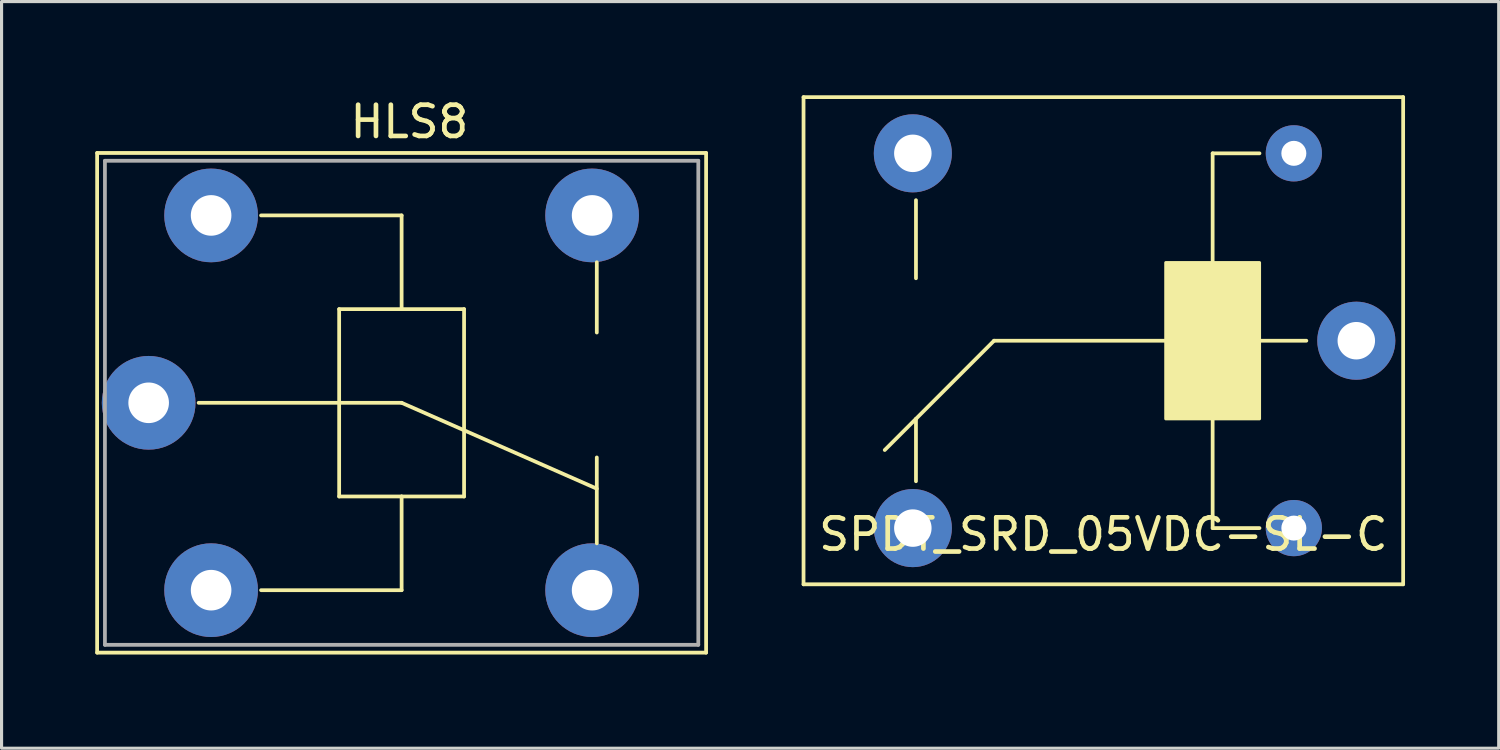
<source format=kicad_pcb>
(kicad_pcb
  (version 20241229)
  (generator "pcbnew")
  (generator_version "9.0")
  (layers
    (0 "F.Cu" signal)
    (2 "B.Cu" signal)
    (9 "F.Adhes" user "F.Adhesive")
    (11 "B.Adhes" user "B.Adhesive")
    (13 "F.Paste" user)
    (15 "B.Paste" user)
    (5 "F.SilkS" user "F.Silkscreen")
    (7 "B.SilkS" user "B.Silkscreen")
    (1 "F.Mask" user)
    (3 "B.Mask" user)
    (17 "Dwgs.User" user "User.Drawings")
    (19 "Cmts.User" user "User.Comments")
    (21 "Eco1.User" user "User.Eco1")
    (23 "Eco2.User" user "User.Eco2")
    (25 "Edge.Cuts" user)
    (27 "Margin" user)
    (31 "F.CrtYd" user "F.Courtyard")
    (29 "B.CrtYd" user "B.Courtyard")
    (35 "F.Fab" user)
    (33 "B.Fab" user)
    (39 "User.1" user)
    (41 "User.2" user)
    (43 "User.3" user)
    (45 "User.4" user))
  (footprint "SPDT_SRD_05VDC-SL-C"
    (layer "F.Cu")
    (at 32.28 7.86)
    (property "Reference" "SPDT_SRD_05VDC-SL-C" (at 0 6.2 0) (layer "F.SilkS") (effects (font (size 1 1) (thickness 0.15))))
    (attr through_hole)
    (fp_line (start -9.6 -7.8) (end -9.6 7.8) (stroke (width 0.12) (type solid)) (layer "F.SilkS"))
    (fp_line (start -9.6 7.8) (end 9.6 7.8) (stroke (width 0.12) (type solid)) (layer "F.SilkS"))
    (fp_line (start -6 -4.5) (end -6 -2) (stroke (width 0.12) (type solid)) (layer "F.SilkS"))
    (fp_line (start -6 4.5) (end -6 2.5) (stroke (width 0.12) (type solid)) (layer "F.SilkS"))
    (fp_line (start -3.5 0) (end -7 3.5) (stroke (width 0.12) (type solid)) (layer "F.SilkS"))
    (fp_line (start 3.5 -6) (end 5 -6) (stroke (width 0.12) (type solid)) (layer "F.SilkS"))
    (fp_line (start 3.5 -2.5) (end 3.5 -6) (stroke (width 0.12) (type solid)) (layer "F.SilkS"))
    (fp_line (start 3.5 2.5) (end 3.5 6) (stroke (width 0.12) (type solid)) (layer "F.SilkS"))
    (fp_line (start 3.5 6) (end 5 6) (stroke (width 0.12) (type solid)) (layer "F.SilkS"))
    (fp_line (start 6.5 0) (end -3.5 0) (stroke (width 0.12) (type solid)) (layer "F.SilkS"))
    (fp_line (start 9.6 -7.8) (end -9.6 -7.8) (stroke (width 0.12) (type solid)) (layer "F.SilkS"))
    (fp_line (start 9.6 7.8) (end 9.6 -7.8) (stroke (width 0.12) (type solid)) (layer "F.SilkS"))
    (fp_poly (pts (xy 5 2.5) (xy 2 2.5) (xy 2 -2.5) (xy 5 -2.5)) (stroke (width 0.1) (type solid)) (fill yes) (layer "F.SilkS"))
    (pad "1" thru_hole circle (at 8.1 0) (size 2.5 2.5) (drill 1.2) (layers "*.Cu" "*.Mask"))
    (pad "2" thru_hole circle (at 6.1 -6) (size 1.8 1.8) (drill 0.8) (layers "*.Cu" "*.Mask"))
    (pad "3" thru_hole circle (at -6.1 -6) (size 2.5 2.5) (drill 1.2) (layers "*.Cu" "*.Mask"))
    (pad "4" thru_hole circle (at -6.1 6) (size 2.5 2.5) (drill 1.2) (layers "*.Cu" "*.Mask"))
    (pad "5" thru_hole circle (at 6.1 6) (size 1.8 1.8) (drill 0.8) (layers "*.Cu" "*.Mask")))
  (footprint "HLS8"
    (layer "F.Cu")
    (at 9.81 9.848)
    (property "Reference" "HLS8" (at 0.25 -9 0) (layer "F.SilkS") (effects (font (size 1 1) (thickness 0.15))))
    (attr through_hole)
    (fp_line (start -9.75 -8) (end -9.75 8) (stroke (width 0.12) (type solid)) (layer "F.SilkS"))
    (fp_line (start -9.75 -8) (end 9.75 -8) (stroke (width 0.12) (type solid)) (layer "F.SilkS"))
    (fp_line (start -9.75 8) (end 9.75 8) (stroke (width 0.12) (type solid)) (layer "F.SilkS"))
    (fp_line (start -6.5 0) (end 0 0) (stroke (width 0.12) (type solid)) (layer "F.SilkS"))
    (fp_line (start -4.5 -6) (end 0 -6) (stroke (width 0.12) (type solid)) (layer "F.SilkS"))
    (fp_line (start -4.5 6) (end 0 6) (stroke (width 0.12) (type solid)) (layer "F.SilkS"))
    (fp_line (start -2 -3) (end -2 3) (stroke (width 0.12) (type solid)) (layer "F.SilkS"))
    (fp_line (start 0 -6) (end 0 -3) (stroke (width 0.12) (type solid)) (layer "F.SilkS"))
    (fp_line (start 0 -3) (end -2 -3) (stroke (width 0.12) (type solid)) (layer "F.SilkS"))
    (fp_line (start 0 0) (end 6.25 2.75) (stroke (width 0.12) (type solid)) (layer "F.SilkS"))
    (fp_line (start 0 3) (end -2 3) (stroke (width 0.12) (type solid)) (layer "F.SilkS"))
    (fp_line (start 0 3) (end 0 6) (stroke (width 0.12) (type solid)) (layer "F.SilkS"))
    (fp_line (start 2 -3) (end 0 -3) (stroke (width 0.12) (type solid)) (layer "F.SilkS"))
    (fp_line (start 2 -3) (end 2 3) (stroke (width 0.12) (type solid)) (layer "F.SilkS"))
    (fp_line (start 2 3) (end 0 3) (stroke (width 0.12) (type solid)) (layer "F.SilkS"))
    (fp_line (start 6.25 -4.5) (end 6.25 -2.25) (stroke (width 0.12) (type solid)) (layer "F.SilkS"))
    (fp_line (start 6.25 4.5) (end 6.25 1.75) (stroke (width 0.12) (type solid)) (layer "F.SilkS"))
    (fp_line (start 9.75 -8) (end 9.75 8) (stroke (width 0.12) (type solid)) (layer "F.SilkS"))
    (fp_line (start -9.5 -7.75) (end 9.5 -7.75) (stroke (width 0.12) (type solid)) (layer "F.Fab"))
    (fp_line (start -9.5 7.75) (end -9.5 -7.75) (stroke (width 0.12) (type solid)) (layer "F.Fab"))
    (fp_line (start 9.5 -7.75) (end 9.5 7.75) (stroke (width 0.12) (type solid)) (layer "F.Fab"))
    (fp_line (start 9.5 7.75) (end -9.5 7.75) (stroke (width 0.12) (type solid)) (layer "F.Fab"))
    (pad "1" thru_hole circle (at -6.1 -6) (size 3 3) (drill 1.3) (layers "*.Cu" "*.Mask"))
    (pad "2" thru_hole circle (at 6.1 -6) (size 3 3) (drill 1.3) (layers "*.Cu" "*.Mask"))
    (pad "3" thru_hole circle (at 6.1 6) (size 3 3) (drill 1.3) (layers "*.Cu" "*.Mask"))
    (pad "4" thru_hole circle (at -6.1 6) (size 3 3) (drill 1.3) (layers "*.Cu" "*.Mask"))
    (pad "5" thru_hole circle (at -8.1 0) (size 3 3) (drill 1.3) (layers "*.Cu" "*.Mask")))
  (gr_rect
    (start -3 -3)
    (end 44.94 20.908)
    (stroke (width 0.1) (type default))
    (fill no)
    (layer "Edge.Cuts")))
</source>
